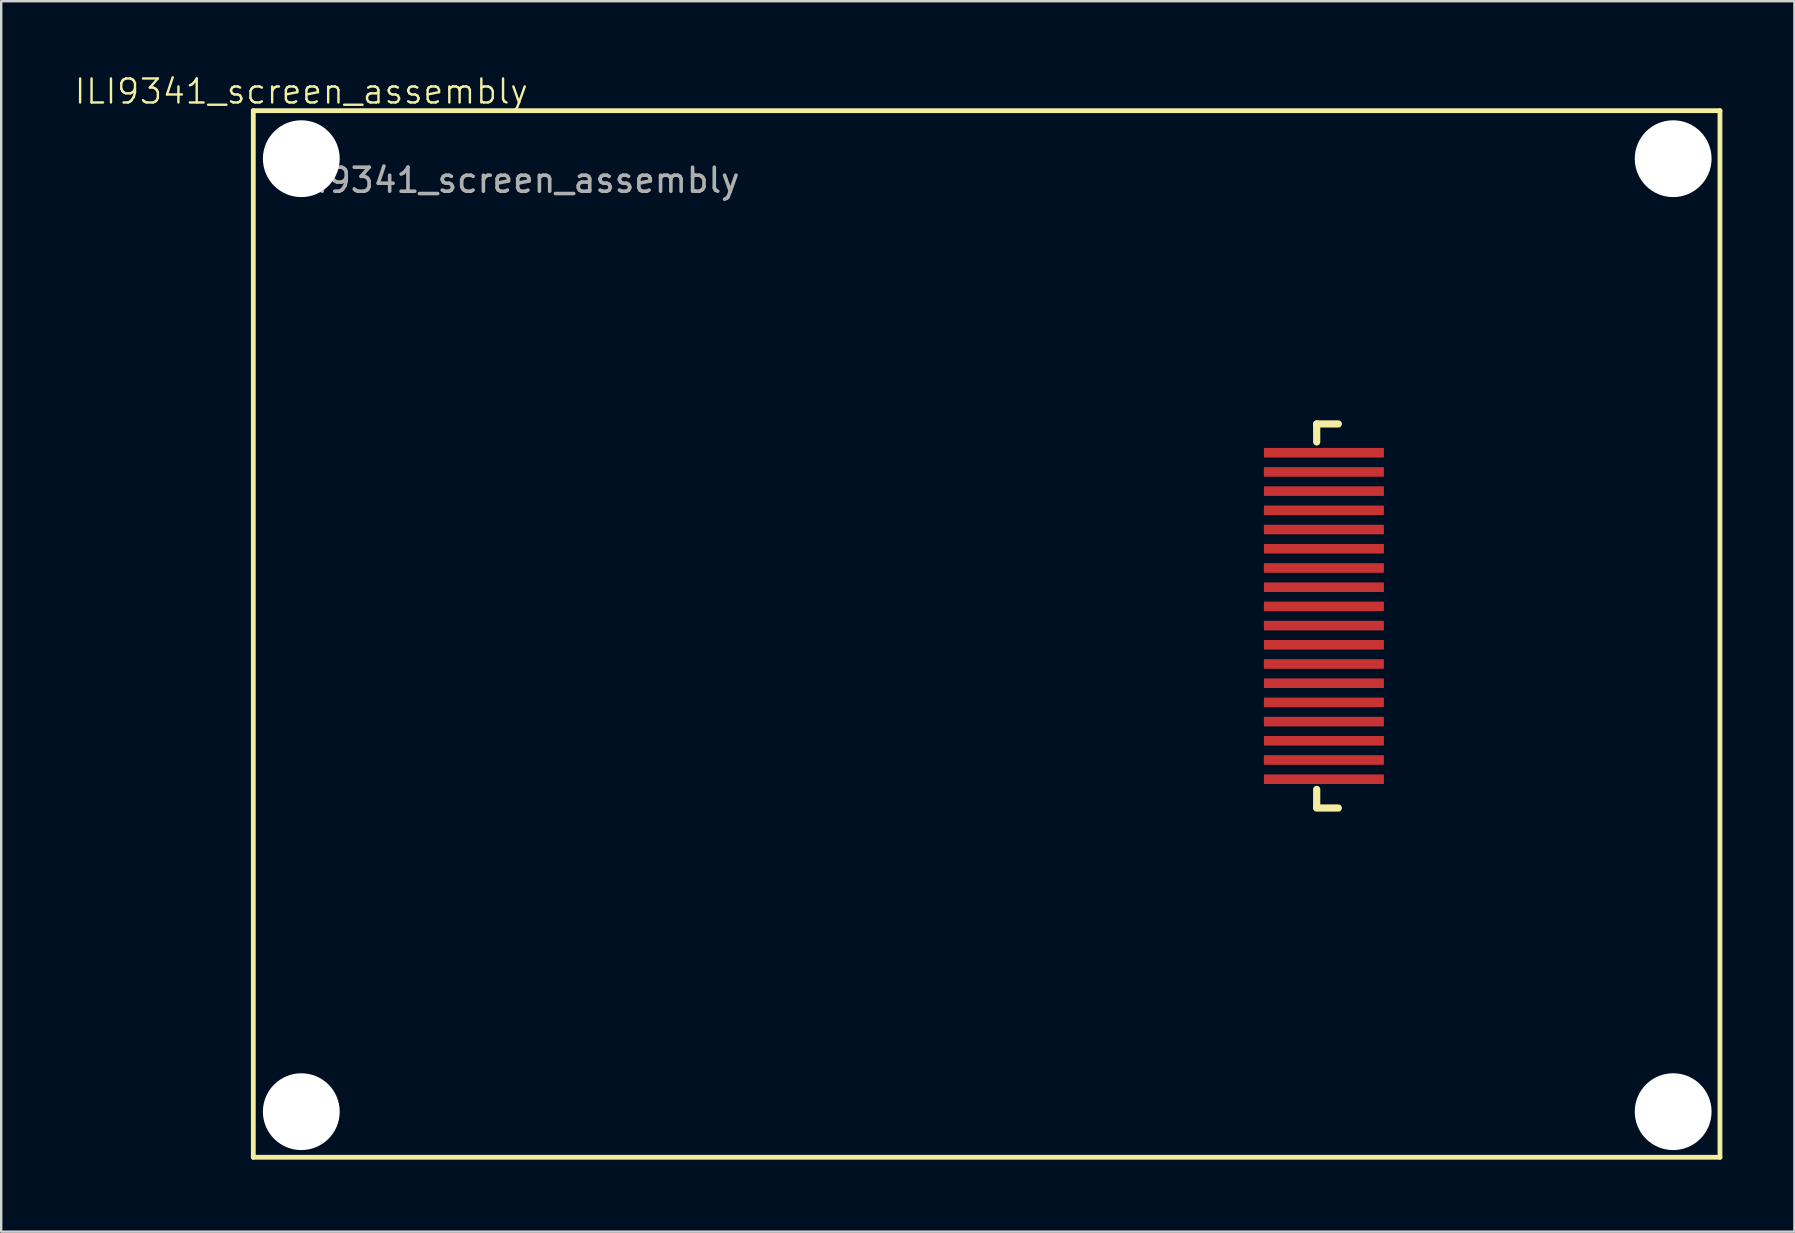
<source format=kicad_pcb>
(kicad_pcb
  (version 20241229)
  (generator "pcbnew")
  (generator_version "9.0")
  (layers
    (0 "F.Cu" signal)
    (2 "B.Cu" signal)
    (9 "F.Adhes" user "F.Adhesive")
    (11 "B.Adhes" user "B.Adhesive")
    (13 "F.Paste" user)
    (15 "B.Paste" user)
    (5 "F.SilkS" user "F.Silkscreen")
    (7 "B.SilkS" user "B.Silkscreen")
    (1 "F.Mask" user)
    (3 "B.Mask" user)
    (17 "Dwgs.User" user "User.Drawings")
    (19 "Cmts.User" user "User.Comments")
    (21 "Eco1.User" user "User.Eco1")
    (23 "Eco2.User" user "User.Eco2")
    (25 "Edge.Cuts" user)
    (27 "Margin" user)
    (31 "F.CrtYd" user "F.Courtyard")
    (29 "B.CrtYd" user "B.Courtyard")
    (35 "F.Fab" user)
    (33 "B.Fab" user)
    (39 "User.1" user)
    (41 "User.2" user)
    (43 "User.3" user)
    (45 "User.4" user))
  (footprint "ILI9341_screen_assembly"
    (layer "F.Cu")
    (at 9.502 3.561)
    (property "Reference" "ILI9341_screen_assembly" (at 0 -2.8 0) (unlocked yes) (layer "F.SilkS") (effects (font (size 1 1) (thickness 0.1))))
    (attr smd)
    (fp_line (start -2 -2) (end -2 41.6) (stroke (width 0.2) (type default)) (layer "F.SilkS"))
    (fp_line (start -2 41.6) (end 59.1 41.6) (stroke (width 0.2) (type default)) (layer "F.SilkS"))
    (fp_line (start 42.3 11.05) (end 43.2 11.05) (stroke (width 0.3) (type default)) (layer "F.SilkS"))
    (fp_line (start 42.3 11.8) (end 42.3 11.05) (stroke (width 0.3) (type default)) (layer "F.SilkS"))
    (fp_line (start 42.3 27.025) (end 42.3 26.275) (stroke (width 0.3) (type default)) (layer "F.SilkS"))
    (fp_line (start 42.3 27.05) (end 43.2 27.05) (stroke (width 0.3) (type default)) (layer "F.SilkS"))
    (fp_line (start 59.1 -2) (end -2 -2) (stroke (width 0.2) (type default)) (layer "F.SilkS"))
    (fp_line (start 59.1 41.6) (end 59.1 -2) (stroke (width 0.2) (type default)) (layer "F.SilkS"))
    (fp_text user "${REFERENCE}" (at 8.8 0.9 0) (unlocked yes) (layer "F.Fab") (effects (font (size 1 1) (thickness 0.15))))
    (pad "" np_thru_hole circle (at 0 0) (size 3.2 3.2) (drill 3.2) (layers "*.Cu" "*.Mask"))
    (pad "" np_thru_hole circle (at 0 39.7) (size 3.2 3.2) (drill 3.2) (layers "*.Cu" "*.Mask"))
    (pad "" np_thru_hole circle (at 57.15 0) (size 3.2 3.2) (drill 3.2) (layers "*.Cu" "*.Mask"))
    (pad "" np_thru_hole circle (at 57.15 39.7) (size 3.2 3.2) (drill 3.2) (layers "*.Cu" "*.Mask"))
    (pad "1" smd roundrect (at 42.6 25.85) (size 5 0.4) (layers "F.Cu" "F.Mask" "F.Paste") (roundrect_rratio 0.078))
    (pad "2" smd roundrect (at 42.6 25.05) (size 5 0.4) (layers "F.Cu" "F.Mask" "F.Paste") (roundrect_rratio 0.078))
    (pad "3" smd roundrect (at 42.6 24.25) (size 5 0.4) (layers "F.Cu" "F.Mask" "F.Paste") (roundrect_rratio 0.078))
    (pad "4" smd roundrect (at 42.6 23.45) (size 5 0.4) (layers "F.Cu" "F.Mask" "F.Paste") (roundrect_rratio 0.078))
    (pad "5" smd roundrect (at 42.6 22.65) (size 5 0.4) (layers "F.Cu" "F.Mask" "F.Paste") (roundrect_rratio 0.078))
    (pad "6" smd roundrect (at 42.6 21.85) (size 5 0.4) (layers "F.Cu" "F.Mask" "F.Paste") (roundrect_rratio 0.078))
    (pad "7" smd roundrect (at 42.6 21.05) (size 5 0.4) (layers "F.Cu" "F.Mask" "F.Paste") (roundrect_rratio 0.078))
    (pad "8" smd roundrect (at 42.6 20.25) (size 5 0.4) (layers "F.Cu" "F.Mask" "F.Paste") (roundrect_rratio 0.078))
    (pad "9" smd roundrect (at 42.6 19.45) (size 5 0.4) (layers "F.Cu" "F.Mask" "F.Paste") (roundrect_rratio 0.078))
    (pad "10" smd roundrect (at 42.6 18.65) (size 5 0.4) (layers "F.Cu" "F.Mask" "F.Paste") (roundrect_rratio 0.078))
    (pad "11" smd roundrect (at 42.6 17.85) (size 5 0.4) (layers "F.Cu" "F.Mask" "F.Paste") (roundrect_rratio 0.078))
    (pad "12" smd roundrect (at 42.6 17.05) (size 5 0.4) (layers "F.Cu" "F.Mask" "F.Paste") (roundrect_rratio 0.078))
    (pad "13" smd roundrect (at 42.6 16.25) (size 5 0.4) (layers "F.Cu" "F.Mask" "F.Paste") (roundrect_rratio 0.078))
    (pad "14" smd roundrect (at 42.6 15.45) (size 5 0.4) (layers "F.Cu" "F.Mask" "F.Paste") (roundrect_rratio 0.078))
    (pad "15" smd roundrect (at 42.6 14.65) (size 5 0.4) (layers "F.Cu" "F.Mask" "F.Paste") (roundrect_rratio 0.078))
    (pad "16" smd roundrect (at 42.6 13.85) (size 5 0.4) (layers "F.Cu" "F.Mask" "F.Paste") (roundrect_rratio 0.078))
    (pad "17" smd roundrect (at 42.6 13.05) (size 5 0.4) (layers "F.Cu" "F.Mask" "F.Paste") (roundrect_rratio 0.078))
    (pad "18" smd roundrect (at 42.6 12.25) (size 5 0.4) (layers "F.Cu" "F.Mask" "F.Paste") (roundrect_rratio 0.078)))
  (gr_rect
    (start -3 -3)
    (end 71.702 48.261)
    (stroke (width 0.1) (type default))
    (fill no)
    (layer "Edge.Cuts")))
</source>
